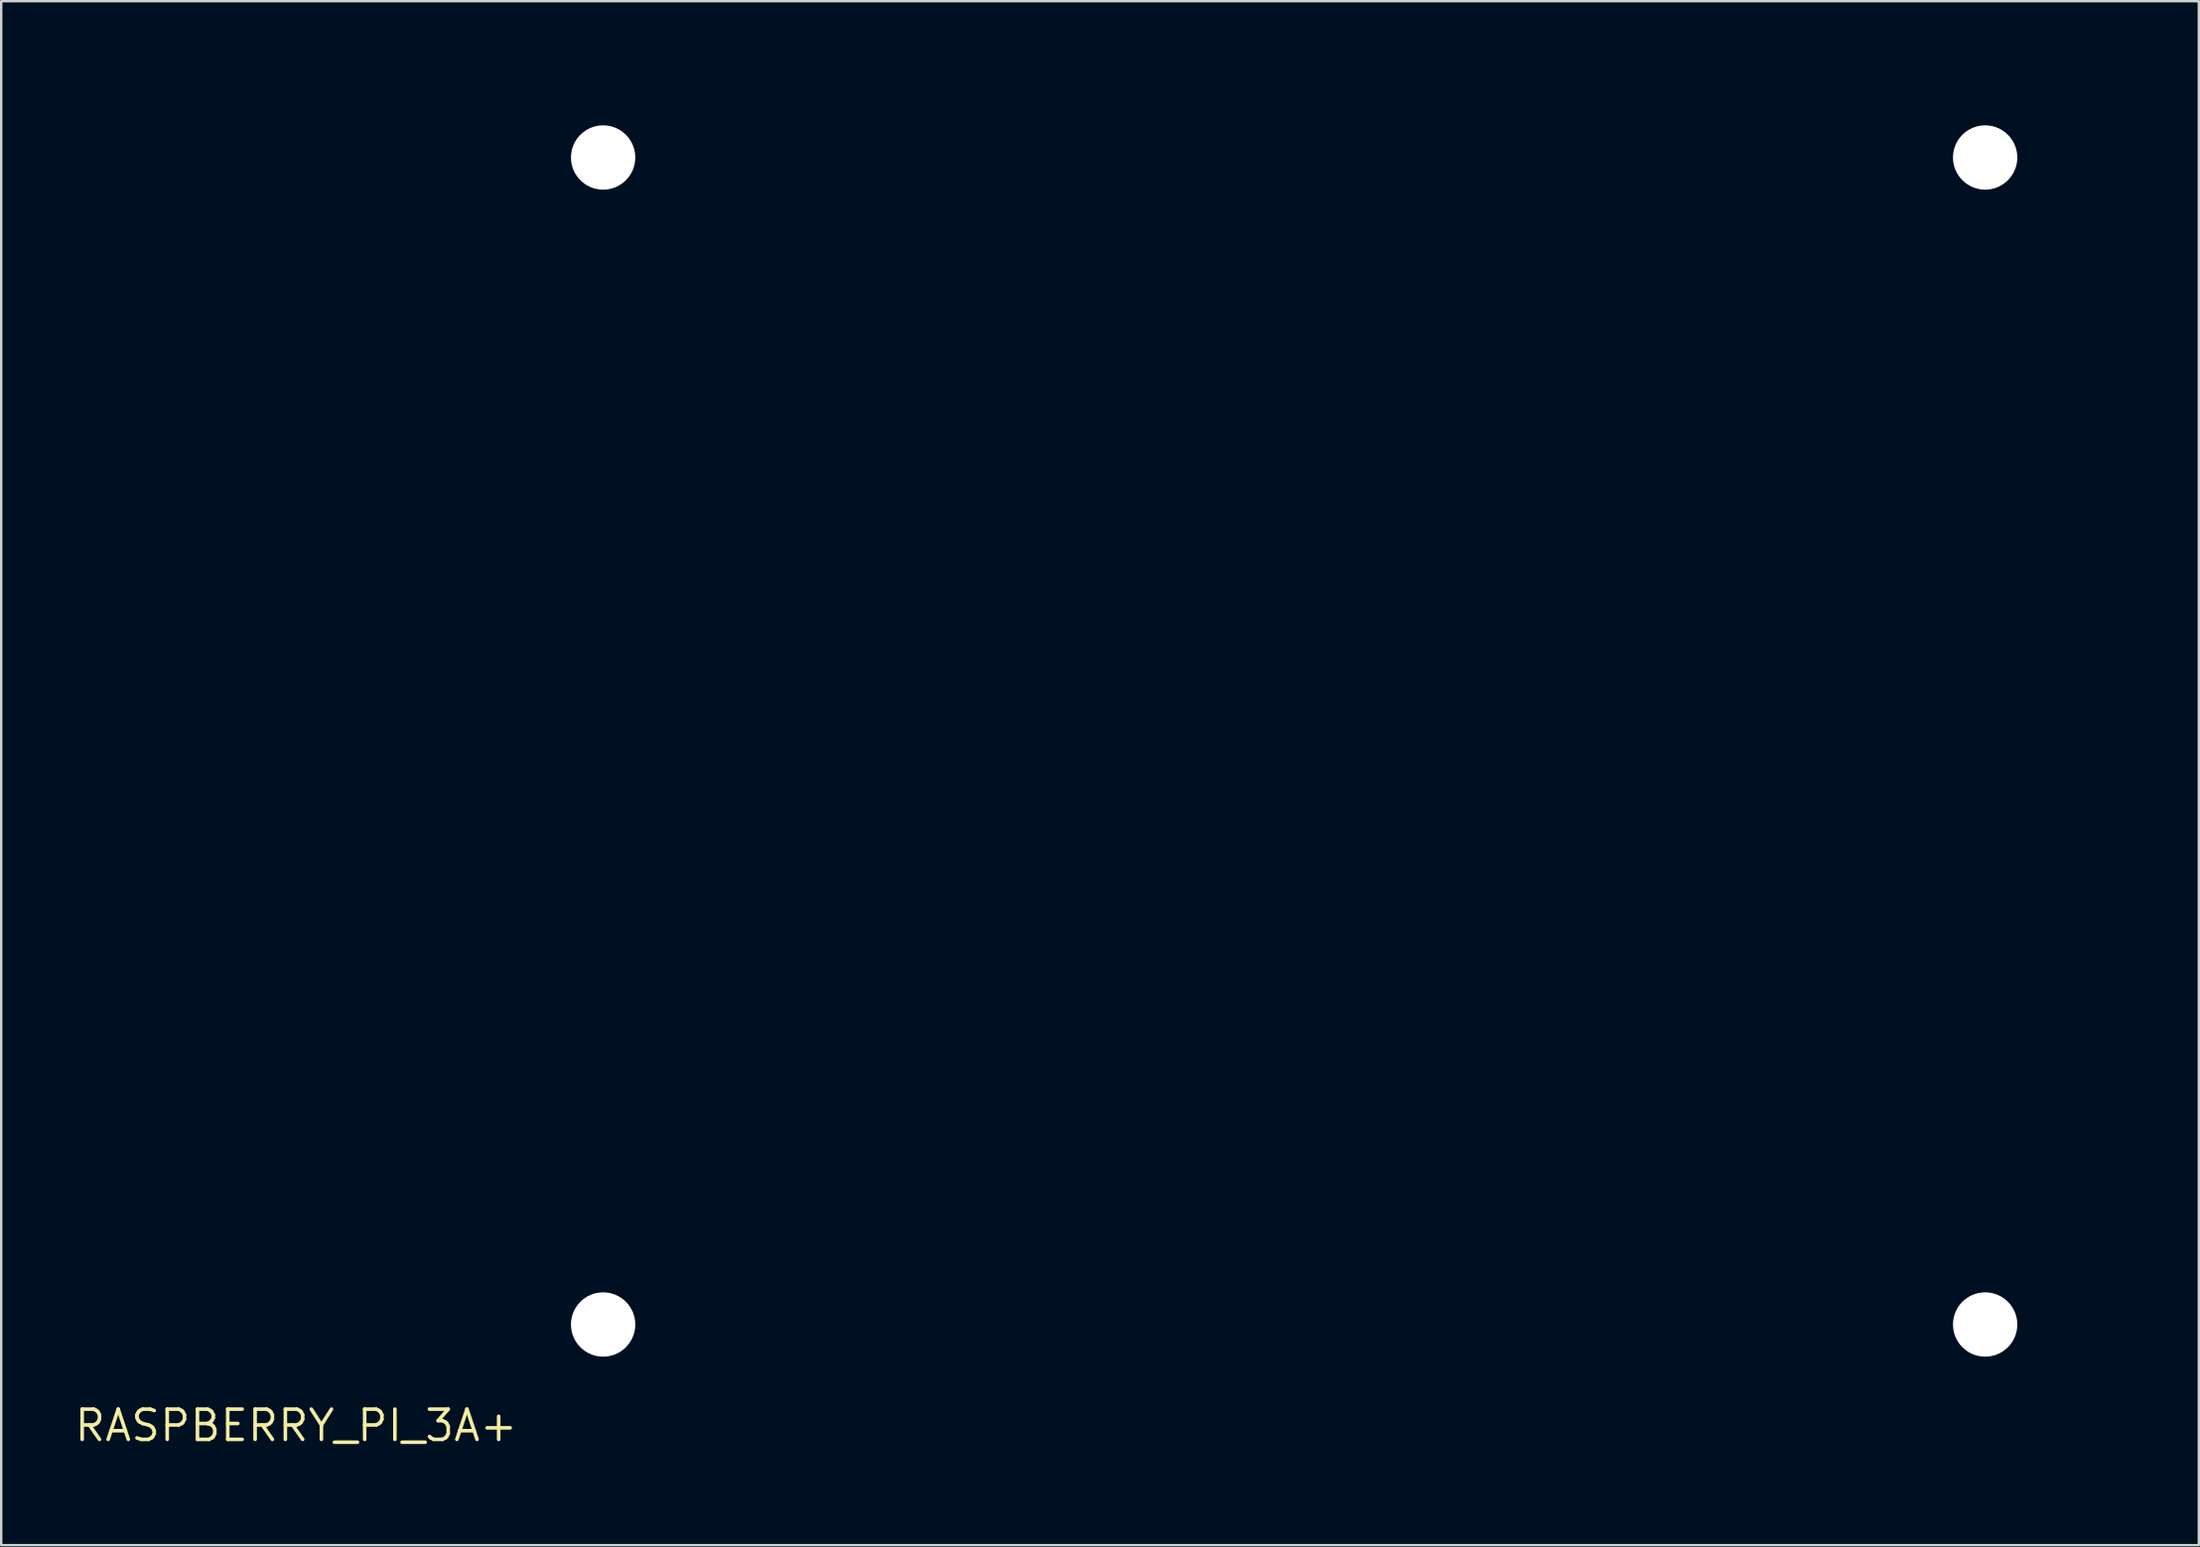
<source format=kicad_pcb>
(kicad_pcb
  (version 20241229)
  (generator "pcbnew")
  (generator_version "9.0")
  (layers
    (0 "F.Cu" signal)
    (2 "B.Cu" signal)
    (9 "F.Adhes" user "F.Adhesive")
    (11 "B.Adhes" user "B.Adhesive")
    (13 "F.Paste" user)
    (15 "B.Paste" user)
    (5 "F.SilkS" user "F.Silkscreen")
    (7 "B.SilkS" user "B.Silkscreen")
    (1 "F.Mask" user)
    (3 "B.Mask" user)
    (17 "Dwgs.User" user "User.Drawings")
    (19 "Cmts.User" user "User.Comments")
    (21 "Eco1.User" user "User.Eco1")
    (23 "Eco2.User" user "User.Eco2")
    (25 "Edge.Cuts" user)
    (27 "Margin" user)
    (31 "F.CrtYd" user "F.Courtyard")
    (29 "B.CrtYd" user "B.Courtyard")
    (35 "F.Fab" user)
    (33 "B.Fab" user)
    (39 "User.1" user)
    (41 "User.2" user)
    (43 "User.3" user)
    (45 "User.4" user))
  (footprint "RASPBERRY_PI_3A+"
    (layer "F.Cu")
    (at 18.762 56.063)
    (property "Reference" "RASPBERRY_PI_3A+" (at 0 0 0) (layer "F.SilkS") (effects (font (size 1.27 1.27) (thickness 0.15)) (justify right top)))
    (attr through_hole)
    (fp_line (start 0 -3) (end 0 -53) (stroke (width 0.127) (type solid)) (layer "Eco1.User"))
    (fp_line (start 0.4 -11.9) (end 0.6 -11.9) (stroke (width 0.127) (type solid)) (layer "Eco1.User"))
    (fp_line (start 0.4 -11.1) (end 0.4 -11.9) (stroke (width 0.127) (type solid)) (layer "Eco1.User"))
    (fp_line (start 0.4 -8.2) (end 0.6 -8.2) (stroke (width 0.127) (type solid)) (layer "Eco1.User"))
    (fp_line (start 0.4 -7.4) (end 0.4 -8.2) (stroke (width 0.127) (type solid)) (layer "Eco1.User"))
    (fp_line (start 0.6 -12.3) (end 1.5 -12.3) (stroke (width 0.127) (type solid)) (layer "Eco1.User"))
    (fp_line (start 0.6 -11.9) (end 0.6 -12.3) (stroke (width 0.127) (type solid)) (layer "Eco1.User"))
    (fp_line (start 0.6 -11.1) (end 0.4 -11.1) (stroke (width 0.127) (type solid)) (layer "Eco1.User"))
    (fp_line (start 0.6 -11.1) (end 0.6 -11.9) (stroke (width 0.127) (type solid)) (layer "Eco1.User"))
    (fp_line (start 0.6 -10.6) (end 0.6 -11.1) (stroke (width 0.127) (type solid)) (layer "Eco1.User"))
    (fp_line (start 0.6 -8.6) (end 1.5 -8.6) (stroke (width 0.127) (type solid)) (layer "Eco1.User"))
    (fp_line (start 0.6 -8.2) (end 0.6 -8.6) (stroke (width 0.127) (type solid)) (layer "Eco1.User"))
    (fp_line (start 0.6 -7.4) (end 0.4 -7.4) (stroke (width 0.127) (type solid)) (layer "Eco1.User"))
    (fp_line (start 0.6 -7.4) (end 0.6 -8.2) (stroke (width 0.127) (type solid)) (layer "Eco1.User"))
    (fp_line (start 0.6 -6.9) (end 0.6 -7.4) (stroke (width 0.127) (type solid)) (layer "Eco1.User"))
    (fp_line (start 1.3 -34.6) (end 2.6 -35.9) (stroke (width 0.127) (type solid)) (layer "Eco1.User"))
    (fp_line (start 1.3 -21.5) (end 1.3 -34.6) (stroke (width 0.127) (type solid)) (layer "Eco1.User"))
    (fp_line (start 1.5 -12.3) (end 1.5 -10.6) (stroke (width 0.127) (type solid)) (layer "Eco1.User"))
    (fp_line (start 1.5 -10.6) (end 0.6 -10.6) (stroke (width 0.127) (type solid)) (layer "Eco1.User"))
    (fp_line (start 1.5 -8.6) (end 1.5 -6.9) (stroke (width 0.127) (type solid)) (layer "Eco1.User"))
    (fp_line (start 1.5 -6.9) (end 0.6 -6.9) (stroke (width 0.127) (type solid)) (layer "Eco1.User"))
    (fp_line (start 2.6 -39.2) (end 5.6 -39.2) (stroke (width 0.127) (type solid)) (layer "Eco1.User"))
    (fp_line (start 2.6 -35.9) (end 2.6 -39.1) (stroke (width 0.127) (type solid)) (layer "Eco1.User"))
    (fp_line (start 2.7 -20.1) (end 1.3 -21.5) (stroke (width 0.127) (type solid)) (layer "Eco1.User"))
    (fp_line (start 2.7 -17) (end 2.7 -20.1) (stroke (width 0.127) (type solid)) (layer "Eco1.User"))
    (fp_line (start 3 -56) (end 62 -56) (stroke (width 0.127) (type solid)) (layer "Eco1.User"))
    (fp_line (start 3.048 0) (end 6.858 0) (stroke (width 0.127) (type solid)) (layer "Eco1.User"))
    (fp_line (start 4.4 -36) (end 5.6 -36) (stroke (width 0.127) (type solid)) (layer "Eco1.User"))
    (fp_line (start 4.4 -19.8) (end 4.4 -36) (stroke (width 0.127) (type solid)) (layer "Eco1.User"))
    (fp_line (start 5.6 -39.2) (end 5.6 -36) (stroke (width 0.127) (type solid)) (layer "Eco1.User"))
    (fp_line (start 5.6 -36) (end 5.6 -19.8) (stroke (width 0.127) (type solid)) (layer "Eco1.User"))
    (fp_line (start 5.6 -19.8) (end 4.4 -19.8) (stroke (width 0.127) (type solid)) (layer "Eco1.User"))
    (fp_line (start 5.6 -19.8) (end 5.6 -17) (stroke (width 0.127) (type solid)) (layer "Eco1.User"))
    (fp_line (start 5.6 -17) (end 2.7 -17) (stroke (width 0.127) (type solid)) (layer "Eco1.User"))
    (fp_line (start 6.5 -49.4) (end 17 -49.4) (stroke (width 0.127) (type solid)) (layer "Eco1.User"))
    (fp_line (start 6.5 -36.2) (end 6.5 -49.4) (stroke (width 0.127) (type solid)) (layer "Eco1.User"))
    (fp_line (start 6.541 1.076) (end 6.941 0.576) (stroke (width 0.127) (type solid)) (layer "Eco1.User"))
    (fp_line (start 6.741 1.276) (end 6.541 1.076) (stroke (width 0.127) (type solid)) (layer "Eco1.User"))
    (fp_line (start 6.841 -4.432) (end 7.241 -4.432) (stroke (width 0.127) (type solid)) (layer "Eco1.User"))
    (fp_line (start 6.841 0.576) (end 6.841 -4.432) (stroke (width 0.127) (type solid)) (layer "Eco1.User"))
    (fp_line (start 6.941 0.576) (end 6.841 0.576) (stroke (width 0.127) (type solid)) (layer "Eco1.User"))
    (fp_line (start 7 -55.1) (end 57.9 -55.1) (stroke (width 0.127) (type solid)) (layer "Eco1.User"))
    (fp_line (start 7 -50.2) (end 7 -55.1) (stroke (width 0.127) (type solid)) (layer "Eco1.User"))
    (fp_line (start 7.241 -4.832) (end 7.341 -4.832) (stroke (width 0.127) (type solid)) (layer "Eco1.User"))
    (fp_line (start 7.241 -4.432) (end 7.241 -4.732) (stroke (width 0.127) (type solid)) (layer "Eco1.User"))
    (fp_line (start 7.241 0.576) (end 6.741 1.276) (stroke (width 0.127) (type solid)) (layer "Eco1.User"))
    (fp_line (start 7.241 0.576) (end 6.941 0.576) (stroke (width 0.127) (type solid)) (layer "Eco1.User"))
    (fp_line (start 7.241 0.576) (end 7.241 -4.432) (stroke (width 0.127) (type solid)) (layer "Eco1.User"))
    (fp_line (start 7.241 0.876) (end 7.241 0.576) (stroke (width 0.127) (type solid)) (layer "Eco1.User"))
    (fp_line (start 7.241 1.076) (end 7.241 0.876) (stroke (width 0.127) (type solid)) (layer "Eco1.User"))
    (fp_line (start 7.341 -4.832) (end 8.141 -4.832) (stroke (width 0.127) (type solid)) (layer "Eco1.User"))
    (fp_line (start 7.741 -0.924) (end 7.741 -0.424) (stroke (width 0.127) (type solid)) (layer "Eco1.User"))
    (fp_line (start 7.841 -1.024) (end 7.841 -1.724) (stroke (width 0.127) (type solid)) (layer "Eco1.User"))
    (fp_line (start 7.841 -0.324) (end 8.441 -0.324) (stroke (width 0.127) (type solid)) (layer "Eco1.User"))
    (fp_line (start 7.841 -0.124) (end 7.841 -0.324) (stroke (width 0.127) (type solid)) (layer "Eco1.User"))
    (fp_line (start 7.841 -0.124) (end 8.441 -0.124) (stroke (width 0.127) (type solid)) (layer "Eco1.User"))
    (fp_line (start 7.841 0.176) (end 7.841 -0.124) (stroke (width 0.127) (type solid)) (layer "Eco1.User"))
    (fp_line (start 7.941 -1.824) (end 8.341 -1.824) (stroke (width 0.127) (type solid)) (layer "Eco1.User"))
    (fp_line (start 8.141 -4.832) (end 8.141 -4.332) (stroke (width 0.127) (type solid)) (layer "Eco1.User"))
    (fp_line (start 8.141 -4.832) (end 8.841 -4.832) (stroke (width 0.127) (type solid)) (layer "Eco1.User"))
    (fp_line (start 8.341 -4.132) (end 8.641 -4.132) (stroke (width 0.127) (type solid)) (layer "Eco1.User"))
    (fp_line (start 8.441 -1.724) (end 8.441 -1.024) (stroke (width 0.127) (type solid)) (layer "Eco1.User"))
    (fp_line (start 8.441 -0.324) (end 8.441 -0.124) (stroke (width 0.127) (type solid)) (layer "Eco1.User"))
    (fp_line (start 8.441 -0.124) (end 8.441 0.176) (stroke (width 0.127) (type solid)) (layer "Eco1.User"))
    (fp_line (start 8.441 0.176) (end 7.841 0.176) (stroke (width 0.127) (type solid)) (layer "Eco1.User"))
    (fp_line (start 8.541 -0.924) (end 8.541 -0.424) (stroke (width 0.127) (type solid)) (layer "Eco1.User"))
    (fp_line (start 8.841 -4.832) (end 12.241 -4.832) (stroke (width 0.127) (type solid)) (layer "Eco1.User"))
    (fp_line (start 8.841 -4.332) (end 8.841 -4.832) (stroke (width 0.127) (type solid)) (layer "Eco1.User"))
    (fp_line (start 12.241 -4.832) (end 12.241 -4.332) (stroke (width 0.127) (type solid)) (layer "Eco1.User"))
    (fp_line (start 12.241 -4.832) (end 12.841 -4.832) (stroke (width 0.127) (type solid)) (layer "Eco1.User"))
    (fp_line (start 12.441 -4.132) (end 12.741 -4.132) (stroke (width 0.127) (type solid)) (layer "Eco1.User"))
    (fp_line (start 12.541 -0.924) (end 12.541 -0.424) (stroke (width 0.127) (type solid)) (layer "Eco1.User"))
    (fp_line (start 12.641 -1.024) (end 12.641 -1.724) (stroke (width 0.127) (type solid)) (layer "Eco1.User"))
    (fp_line (start 12.641 -0.324) (end 13.241 -0.324) (stroke (width 0.127) (type solid)) (layer "Eco1.User"))
    (fp_line (start 12.641 -0.124) (end 12.641 -0.324) (stroke (width 0.127) (type solid)) (layer "Eco1.User"))
    (fp_line (start 12.641 -0.124) (end 13.241 -0.124) (stroke (width 0.127) (type solid)) (layer "Eco1.User"))
    (fp_line (start 12.641 0.176) (end 12.641 -0.124) (stroke (width 0.127) (type solid)) (layer "Eco1.User"))
    (fp_line (start 12.741 -1.824) (end 13.141 -1.824) (stroke (width 0.127) (type solid)) (layer "Eco1.User"))
    (fp_line (start 12.841 -4.832) (end 13.841 -4.832) (stroke (width 0.127) (type solid)) (layer "Eco1.User"))
    (fp_line (start 12.941 -4.332) (end 12.941 -4.732) (stroke (width 0.127) (type solid)) (layer "Eco1.User"))
    (fp_line (start 13.241 -1.724) (end 13.241 -1.024) (stroke (width 0.127) (type solid)) (layer "Eco1.User"))
    (fp_line (start 13.241 -0.324) (end 13.241 -0.124) (stroke (width 0.127) (type solid)) (layer "Eco1.User"))
    (fp_line (start 13.241 -0.124) (end 13.241 0.176) (stroke (width 0.127) (type solid)) (layer "Eco1.User"))
    (fp_line (start 13.241 0.176) (end 12.641 0.176) (stroke (width 0.127) (type solid)) (layer "Eco1.User"))
    (fp_line (start 13.341 -0.924) (end 13.341 -0.424) (stroke (width 0.127) (type solid)) (layer "Eco1.User"))
    (fp_line (start 13.641 1.276) (end 7.441 1.276) (stroke (width 0.127) (type solid)) (layer "Eco1.User"))
    (fp_line (start 13.741 1.076) (end 7.441 1.076) (stroke (width 0.127) (type solid)) (layer "Eco1.User"))
    (fp_line (start 13.841 -4.832) (end 13.841 -4.432) (stroke (width 0.127) (type solid)) (layer "Eco1.User"))
    (fp_line (start 13.841 -4.432) (end 13.841 0.576) (stroke (width 0.127) (type solid)) (layer "Eco1.User"))
    (fp_line (start 13.841 0.576) (end 7.241 0.576) (stroke (width 0.127) (type solid)) (layer "Eco1.User"))
    (fp_line (start 13.841 0.576) (end 13.841 0.976) (stroke (width 0.127) (type solid)) (layer "Eco1.User"))
    (fp_line (start 13.841 0.576) (end 14.341 1.276) (stroke (width 0.127) (type solid)) (layer "Eco1.User"))
    (fp_line (start 13.841 0.976) (end 13.841 1.076) (stroke (width 0.127) (type solid)) (layer "Eco1.User"))
    (fp_line (start 14.141 0.576) (end 13.841 0.576) (stroke (width 0.127) (type solid)) (layer "Eco1.User"))
    (fp_line (start 14.241 -4.432) (end 13.841 -4.432) (stroke (width 0.127) (type solid)) (layer "Eco1.User"))
    (fp_line (start 14.241 -4.432) (end 14.241 0.576) (stroke (width 0.127) (type solid)) (layer "Eco1.User"))
    (fp_line (start 14.241 0.576) (end 14.141 0.576) (stroke (width 0.127) (type solid)) (layer "Eco1.User"))
    (fp_line (start 14.341 1.276) (end 14.541 1.076) (stroke (width 0.127) (type solid)) (layer "Eco1.User"))
    (fp_line (start 14.351 0) (end 24.765 0) (stroke (width 0.127) (type solid)) (layer "Eco1.User"))
    (fp_line (start 14.541 1.076) (end 14.141 0.576) (stroke (width 0.127) (type solid)) (layer "Eco1.User"))
    (fp_line (start 17 -49.4) (end 17 -36.2) (stroke (width 0.127) (type solid)) (layer "Eco1.User"))
    (fp_line (start 17 -36.2) (end 6.5 -36.2) (stroke (width 0.127) (type solid)) (layer "Eco1.User"))
    (fp_line (start 19.9 -38.5) (end 34.1 -38.5) (stroke (width 0.127) (type solid)) (layer "Eco1.User"))
    (fp_line (start 19.9 -24.6) (end 19.9 -38.5) (stroke (width 0.127) (type solid)) (layer "Eco1.User"))
    (fp_line (start 21.082 -26.543) (end 21.082 -36.322) (stroke (width 0.127) (type solid)) (layer "Eco1.User"))
    (fp_line (start 22.225 -37.338) (end 32.385 -37.338) (stroke (width 0.127) (type solid)) (layer "Eco1.User"))
    (fp_line (start 24.8 -10.16) (end 25.908 -10.16) (stroke (width 0.127) (type solid)) (layer "Eco1.User"))
    (fp_line (start 24.8 -9.652) (end 25.908 -9.652) (stroke (width 0.127) (type solid)) (layer "Eco1.User"))
    (fp_line (start 24.8 -9.144) (end 25.908 -9.144) (stroke (width 0.127) (type solid)) (layer "Eco1.User"))
    (fp_line (start 24.8 -7.874) (end 25.908 -7.874) (stroke (width 0.127) (type solid)) (layer "Eco1.User"))
    (fp_line (start 24.8 1.6) (end 24.8 -10.16) (stroke (width 0.127) (type solid)) (layer "Eco1.User"))
    (fp_line (start 25.908 -10.16) (end 25.908 -9.652) (stroke (width 0.127) (type solid)) (layer "Eco1.User"))
    (fp_line (start 25.908 -9.652) (end 25.908 -9.144) (stroke (width 0.127) (type solid)) (layer "Eco1.User"))
    (fp_line (start 25.908 -9.144) (end 26.035 -9.144) (stroke (width 0.127) (type solid)) (layer "Eco1.User"))
    (fp_line (start 26.007 -0.172) (end 26.234 -2.802) (stroke (width 0.127) (type solid)) (layer "Eco1.User"))
    (fp_line (start 26.035 -9.144) (end 26.035 -7.899) (stroke (width 0.127) (type solid)) (layer "Eco1.User"))
    (fp_line (start 26.234 -2.802) (end 26.386 -4.534) (stroke (width 0.127) (type solid)) (layer "Eco1.User"))
    (fp_line (start 26.577 -3.256) (end 26.304 0.053) (stroke (width 0.127) (type solid)) (layer "Eco1.User"))
    (fp_line (start 26.577 -3.256) (end 26.602 -3.538) (stroke (width 0.127) (type solid)) (layer "Eco1.User"))
    (fp_line (start 26.602 -3.538) (end 26.678 -3.711) (stroke (width 0.127) (type solid)) (layer "Eco1.User"))
    (fp_line (start 26.653 -3.236) (end 26.577 -3.256) (stroke (width 0.127) (type solid)) (layer "Eco1.User"))
    (fp_line (start 26.68 -4.804) (end 27.974 -4.829) (stroke (width 0.127) (type solid)) (layer "Eco1.User"))
    (fp_line (start 26.797 -8.763) (end 27.813 -8.763) (stroke (width 0.127) (type solid)) (layer "Eco1.User"))
    (fp_line (start 27.305 -8.788) (end 27.305 -10.541) (stroke (width 0.254) (type solid)) (layer "Eco1.User"))
    (fp_line (start 27.353 -4.336) (end 27.353 -4.39) (stroke (width 0.127) (type solid)) (layer "Eco1.User"))
    (fp_line (start 27.559 -7.747) (end 27.559 -7.29) (stroke (width 0.127) (type solid)) (layer "Eco1.User"))
    (fp_line (start 27.813 -8.763) (end 27.813 -10.541) (stroke (width 0.254) (type solid)) (layer "Eco1.User"))
    (fp_line (start 27.813 -8.763) (end 28.321 -8.763) (stroke (width 0.127) (type solid)) (layer "Eco1.User"))
    (fp_line (start 27.94 -6.985) (end 28.702 -6.985) (stroke (width 0.127) (type solid)) (layer "Eco1.User"))
    (fp_line (start 28.153 -3.636) (end 28.153 -3.59) (stroke (width 0.127) (type solid)) (layer "Eco1.User"))
    (fp_line (start 28.153 -3.59) (end 28.153 -3.256) (stroke (width 0.127) (type solid)) (layer "Eco1.User"))
    (fp_line (start 28.153 -3.256) (end 28.153 -3.236) (stroke (width 0.127) (type solid)) (layer "Eco1.User"))
    (fp_line (start 28.153 -3.256) (end 28.399 0.028) (stroke (width 0.127) (type solid)) (layer "Eco1.User"))
    (fp_line (start 28.153 -3.236) (end 26.653 -3.236) (stroke (width 0.127) (type solid)) (layer "Eco1.User"))
    (fp_line (start 28.153 -2.936) (end 26.653 -2.936) (stroke (width 0.127) (type solid)) (layer "Eco1.User"))
    (fp_line (start 28.253 -2.036) (end 26.553 -2.036) (stroke (width 0.127) (type solid)) (layer "Eco1.User"))
    (fp_line (start 28.253 -1.736) (end 26.553 -1.736) (stroke (width 0.127) (type solid)) (layer "Eco1.User"))
    (fp_line (start 28.321 -8.763) (end 28.321 -10.541) (stroke (width 0.254) (type solid)) (layer "Eco1.User"))
    (fp_line (start 28.321 -8.763) (end 28.829 -8.763) (stroke (width 0.127) (type solid)) (layer "Eco1.User"))
    (fp_line (start 28.445 -2.956) (end 28.294 -4.481) (stroke (width 0.127) (type solid)) (layer "Eco1.User"))
    (fp_line (start 28.67 -0.045) (end 28.445 -2.956) (stroke (width 0.127) (type solid)) (layer "Eco1.User"))
    (fp_line (start 28.702 -8.128) (end 27.94 -8.128) (stroke (width 0.127) (type solid)) (layer "Eco1.User"))
    (fp_line (start 28.829 -8.763) (end 28.829 -10.541) (stroke (width 0.254) (type solid)) (layer "Eco1.User"))
    (fp_line (start 28.829 -8.763) (end 29.337 -8.763) (stroke (width 0.127) (type solid)) (layer "Eco1.User"))
    (fp_line (start 29.083 -7.366) (end 29.083 -7.747) (stroke (width 0.127) (type solid)) (layer "Eco1.User"))
    (fp_line (start 29.337 -8.763) (end 29.337 -10.541) (stroke (width 0.254) (type solid)) (layer "Eco1.User"))
    (fp_line (start 29.337 -8.763) (end 29.845 -8.763) (stroke (width 0.127) (type solid)) (layer "Eco1.User"))
    (fp_line (start 29.845 -8.763) (end 29.845 -10.541) (stroke (width 0.254) (type solid)) (layer "Eco1.User"))
    (fp_line (start 29.845 -8.763) (end 30.353 -8.763) (stroke (width 0.127) (type solid)) (layer "Eco1.User"))
    (fp_line (start 30.353 -8.763) (end 30.353 -10.541) (stroke (width 0.254) (type solid)) (layer "Eco1.User"))
    (fp_line (start 30.353 -8.763) (end 30.861 -8.763) (stroke (width 0.127) (type solid)) (layer "Eco1.User"))
    (fp_line (start 30.861 -8.763) (end 30.861 -10.541) (stroke (width 0.254) (type solid)) (layer "Eco1.User"))
    (fp_line (start 30.861 -8.763) (end 31.369 -8.763) (stroke (width 0.127) (type solid)) (layer "Eco1.User"))
    (fp_line (start 31.369 -8.763) (end 31.369 -10.541) (stroke (width 0.254) (type solid)) (layer "Eco1.User"))
    (fp_line (start 31.369 -8.763) (end 31.877 -8.763) (stroke (width 0.127) (type solid)) (layer "Eco1.User"))
    (fp_line (start 31.877 -8.763) (end 31.877 -10.541) (stroke (width 0.254) (type solid)) (layer "Eco1.User"))
    (fp_line (start 31.877 -8.763) (end 32.385 -8.763) (stroke (width 0.127) (type solid)) (layer "Eco1.User"))
    (fp_line (start 32.258 -25.654) (end 21.971 -25.654) (stroke (width 0.127) (type solid)) (layer "Eco1.User"))
    (fp_line (start 32.385 -8.763) (end 32.385 -10.541) (stroke (width 0.254) (type solid)) (layer "Eco1.User"))
    (fp_line (start 32.385 -8.763) (end 32.893 -8.763) (stroke (width 0.127) (type solid)) (layer "Eco1.User"))
    (fp_line (start 32.893 -8.763) (end 32.893 -10.541) (stroke (width 0.254) (type solid)) (layer "Eco1.User"))
    (fp_line (start 32.893 -8.763) (end 33.401 -8.763) (stroke (width 0.127) (type solid)) (layer "Eco1.User"))
    (fp_line (start 33.02 -36.703) (end 33.02 -26.416) (stroke (width 0.127) (type solid)) (layer "Eco1.User"))
    (fp_line (start 33.401 -8.763) (end 33.401 -10.541) (stroke (width 0.254) (type solid)) (layer "Eco1.User"))
    (fp_line (start 33.401 -8.763) (end 33.909 -8.763) (stroke (width 0.127) (type solid)) (layer "Eco1.User"))
    (fp_line (start 33.909 -8.763) (end 33.909 -10.541) (stroke (width 0.254) (type solid)) (layer "Eco1.User"))
    (fp_line (start 33.909 -8.763) (end 34.417 -8.763) (stroke (width 0.127) (type solid)) (layer "Eco1.User"))
    (fp_line (start 34.1 -38.5) (end 34.1 -24.6) (stroke (width 0.127) (type solid)) (layer "Eco1.User"))
    (fp_line (start 34.1 -24.6) (end 19.9 -24.6) (stroke (width 0.127) (type solid)) (layer "Eco1.User"))
    (fp_line (start 34.417 -8.763) (end 34.417 -10.541) (stroke (width 0.254) (type solid)) (layer "Eco1.User"))
    (fp_line (start 34.417 -8.763) (end 34.925 -8.763) (stroke (width 0.127) (type solid)) (layer "Eco1.User"))
    (fp_line (start 34.671 -7.747) (end 34.671 -7.366) (stroke (width 0.127) (type solid)) (layer "Eco1.User"))
    (fp_line (start 34.925 -8.763) (end 34.925 -10.541) (stroke (width 0.254) (type solid)) (layer "Eco1.User"))
    (fp_line (start 34.925 -8.763) (end 35.433 -8.763) (stroke (width 0.127) (type solid)) (layer "Eco1.User"))
    (fp_line (start 35.077 -6.985) (end 35.814 -6.985) (stroke (width 0.127) (type solid)) (layer "Eco1.User"))
    (fp_line (start 35.151 -0.172) (end 35.378 -2.802) (stroke (width 0.127) (type solid)) (layer "Eco1.User"))
    (fp_line (start 35.378 -2.802) (end 35.53 -4.534) (stroke (width 0.127) (type solid)) (layer "Eco1.User"))
    (fp_line (start 35.433 -8.763) (end 35.433 -10.541) (stroke (width 0.254) (type solid)) (layer "Eco1.User"))
    (fp_line (start 35.433 -8.763) (end 35.941 -8.763) (stroke (width 0.127) (type solid)) (layer "Eco1.User"))
    (fp_line (start 35.721 -3.256) (end 35.448 0.053) (stroke (width 0.127) (type solid)) (layer "Eco1.User"))
    (fp_line (start 35.721 -3.256) (end 35.746 -3.538) (stroke (width 0.127) (type solid)) (layer "Eco1.User"))
    (fp_line (start 35.746 -3.538) (end 35.822 -3.711) (stroke (width 0.127) (type solid)) (layer "Eco1.User"))
    (fp_line (start 35.797 -3.236) (end 35.721 -3.256) (stroke (width 0.127) (type solid)) (layer "Eco1.User"))
    (fp_line (start 35.814 -8.128) (end 35.052 -8.128) (stroke (width 0.127) (type solid)) (layer "Eco1.User"))
    (fp_line (start 35.824 -4.804) (end 37.118 -4.829) (stroke (width 0.127) (type solid)) (layer "Eco1.User"))
    (fp_line (start 35.941 -8.763) (end 35.941 -10.541) (stroke (width 0.254) (type solid)) (layer "Eco1.User"))
    (fp_line (start 35.941 -8.763) (end 36.449 -8.763) (stroke (width 0.127) (type solid)) (layer "Eco1.User"))
    (fp_line (start 36.195 -7.366) (end 36.195 -7.747) (stroke (width 0.127) (type solid)) (layer "Eco1.User"))
    (fp_line (start 36.449 -8.763) (end 36.449 -10.541) (stroke (width 0.254) (type solid)) (layer "Eco1.User"))
    (fp_line (start 36.449 -8.763) (end 37.084 -8.763) (stroke (width 0.127) (type solid)) (layer "Eco1.User"))
    (fp_line (start 36.497 -4.336) (end 36.497 -4.39) (stroke (width 0.127) (type solid)) (layer "Eco1.User"))
    (fp_line (start 37.297 -3.636) (end 37.297 -3.59) (stroke (width 0.127) (type solid)) (layer "Eco1.User"))
    (fp_line (start 37.297 -3.59) (end 37.297 -3.256) (stroke (width 0.127) (type solid)) (layer "Eco1.User"))
    (fp_line (start 37.297 -3.256) (end 37.297 -3.236) (stroke (width 0.127) (type solid)) (layer "Eco1.User"))
    (fp_line (start 37.297 -3.256) (end 37.543 0.028) (stroke (width 0.127) (type solid)) (layer "Eco1.User"))
    (fp_line (start 37.297 -3.236) (end 35.797 -3.236) (stroke (width 0.127) (type solid)) (layer "Eco1.User"))
    (fp_line (start 37.297 -2.936) (end 35.797 -2.936) (stroke (width 0.127) (type solid)) (layer "Eco1.User"))
    (fp_line (start 37.397 -2.036) (end 35.697 -2.036) (stroke (width 0.127) (type solid)) (layer "Eco1.User"))
    (fp_line (start 37.397 -1.736) (end 35.697 -1.736) (stroke (width 0.127) (type solid)) (layer "Eco1.User"))
    (fp_line (start 37.589 -2.956) (end 37.438 -4.481) (stroke (width 0.127) (type solid)) (layer "Eco1.User"))
    (fp_line (start 37.814 -0.045) (end 37.589 -2.956) (stroke (width 0.127) (type solid)) (layer "Eco1.User"))
    (fp_line (start 37.973 -7.874) (end 39.3 -7.874) (stroke (width 0.127) (type solid)) (layer "Eco1.User"))
    (fp_line (start 38.075 -9.144) (end 38.075 -7.874) (stroke (width 0.127) (type solid)) (layer "Eco1.User"))
    (fp_line (start 38.202 -10.185) (end 38.202 -9.652) (stroke (width 0.127) (type solid)) (layer "Eco1.User"))
    (fp_line (start 38.202 -9.652) (end 38.202 -9.144) (stroke (width 0.127) (type solid)) (layer "Eco1.User"))
    (fp_line (start 38.202 -9.144) (end 38.075 -9.144) (stroke (width 0.127) (type solid)) (layer "Eco1.User"))
    (fp_line (start 39.3 -10.16) (end 39.3 1.6) (stroke (width 0.127) (type solid)) (layer "Eco1.User"))
    (fp_line (start 39.3 1.6) (end 24.8 1.6) (stroke (width 0.127) (type solid)) (layer "Eco1.User"))
    (fp_line (start 39.31 -10.185) (end 38.202 -10.185) (stroke (width 0.127) (type solid)) (layer "Eco1.User"))
    (fp_line (start 39.31 -9.652) (end 38.202 -9.652) (stroke (width 0.127) (type solid)) (layer "Eco1.User"))
    (fp_line (start 39.31 -9.144) (end 38.202 -9.144) (stroke (width 0.127) (type solid)) (layer "Eco1.User"))
    (fp_line (start 43.4 -22.6) (end 46.3 -22.6) (stroke (width 0.127) (type solid)) (layer "Eco1.User"))
    (fp_line (start 43.4 -19.8) (end 43.4 -22.6) (stroke (width 0.127) (type solid)) (layer "Eco1.User"))
    (fp_line (start 43.4 -19.8) (end 44.6 -19.8) (stroke (width 0.127) (type solid)) (layer "Eco1.User"))
    (fp_line (start 43.4 -3.6) (end 43.4 -19.8) (stroke (width 0.127) (type solid)) (layer "Eco1.User"))
    (fp_line (start 43.4 -0.4) (end 43.4 -3.6) (stroke (width 0.127) (type solid)) (layer "Eco1.User"))
    (fp_line (start 44.6 -19.8) (end 44.6 -3.6) (stroke (width 0.127) (type solid)) (layer "Eco1.User"))
    (fp_line (start 44.6 -3.6) (end 43.4 -3.6) (stroke (width 0.127) (type solid)) (layer "Eco1.User"))
    (fp_line (start 46.3 -22.6) (end 46.3 -19.5) (stroke (width 0.127) (type solid)) (layer "Eco1.User"))
    (fp_line (start 46.3 -19.5) (end 47.7 -18.1) (stroke (width 0.127) (type solid)) (layer "Eco1.User"))
    (fp_line (start 46.4 -3.7) (end 46.4 -0.5) (stroke (width 0.127) (type solid)) (layer "Eco1.User"))
    (fp_line (start 46.4 -0.4) (end 43.4 -0.4) (stroke (width 0.127) (type solid)) (layer "Eco1.User"))
    (fp_line (start 47.7 -18.1) (end 47.7 -5) (stroke (width 0.127) (type solid)) (layer "Eco1.User"))
    (fp_line (start 47.7 -5) (end 46.4 -3.7) (stroke (width 0.127) (type solid)) (layer "Eco1.User"))
    (fp_line (start 50.038 0) (end 39.243 0) (stroke (width 0.127) (type solid)) (layer "Eco1.User"))
    (fp_line (start 50.1 -12.6) (end 57.1 -12.6) (stroke (width 0.127) (type solid)) (layer "Eco1.User"))
    (fp_line (start 50.1 0) (end 50.1 -12.6) (stroke (width 0.127) (type solid)) (layer "Eco1.User"))
    (fp_line (start 50.165 -4.064) (end 50.8 -4.064) (stroke (width 0.127) (type solid)) (layer "Eco1.User"))
    (fp_line (start 50.5 0) (end 50.1 0) (stroke (width 0.127) (type solid)) (layer "Eco1.User"))
    (fp_line (start 50.5 2.7) (end 50.5 0) (stroke (width 0.127) (type solid)) (layer "Eco1.User"))
    (fp_line (start 50.546 -8.128) (end 50.673 -8.255) (stroke (width 0.127) (type solid)) (layer "Eco1.User"))
    (fp_line (start 50.673 -9.881) (end 51.765 -9.881) (stroke (width 0.127) (type solid)) (layer "Eco1.User"))
    (fp_line (start 50.673 -8.255) (end 50.673 -9.881) (stroke (width 0.127) (type solid)) (layer "Eco1.User"))
    (fp_line (start 51.435 -3.937) (end 50.546 -8.128) (stroke (width 0.127) (type solid)) (layer "Eco1.User"))
    (fp_line (start 51.537 -3.785) (end 52.324 -7.62) (stroke (width 0.127) (type solid)) (layer "Eco1.User"))
    (fp_line (start 51.689 -8.128) (end 52.197 -8.128) (stroke (width 0.127) (type solid)) (layer "Eco1.User"))
    (fp_line (start 51.689 -5.08) (end 51.689 -8.128) (stroke (width 0.127) (type solid)) (layer "Eco1.User"))
    (fp_line (start 51.791 -5.08) (end 51.689 -5.08) (stroke (width 0.127) (type solid)) (layer "Eco1.User"))
    (fp_line (start 52.197 -10.033) (end 54.483 -10.033) (stroke (width 0.127) (type solid)) (layer "Eco1.User"))
    (fp_line (start 52.197 -8.128) (end 52.197 -10.033) (stroke (width 0.127) (type solid)) (layer "Eco1.User"))
    (fp_line (start 52.324 -7.62) (end 54.483 -7.62) (stroke (width 0.127) (type solid)) (layer "Eco1.User"))
    (fp_line (start 52.578 -9.525) (end 54.102 -9.525) (stroke (width 0.127) (type solid)) (layer "Eco1.User"))
    (fp_line (start 52.578 -7.645) (end 52.578 -9.525) (stroke (width 0.127) (type solid)) (layer "Eco1.User"))
    (fp_line (start 53.2 -38.2) (end 66.8 -38.2) (stroke (width 0.127) (type solid)) (layer "Eco1.User"))
    (fp_line (start 53.2 -25) (end 53.2 -38.2) (stroke (width 0.127) (type solid)) (layer "Eco1.User"))
    (fp_line (start 53.273 -38.198) (end 66.879 -38.198) (stroke (width 0.127) (type solid)) (layer "Eco1.User"))
    (fp_line (start 53.273 -25.048) (end 53.273 -38.198) (stroke (width 0.127) (type solid)) (layer "Eco1.User"))
    (fp_line (start 54.102 -9.525) (end 54.102 -7.595) (stroke (width 0.127) (type solid)) (layer "Eco1.User"))
    (fp_line (start 54.483 -10.033) (end 54.483 -8.89) (stroke (width 0.127) (type solid)) (layer "Eco1.User"))
    (fp_line (start 54.483 -8.89) (end 55.499 -7.874) (stroke (width 0.127) (type solid)) (layer "Eco1.User"))
    (fp_line (start 54.915 -5.639) (end 56.134 -8.763) (stroke (width 0.127) (type solid)) (layer "Eco1.User"))
    (fp_line (start 55.27 -3.785) (end 54.483 -7.62) (stroke (width 0.127) (type solid)) (layer "Eco1.User"))
    (fp_line (start 55.499 -7.874) (end 55.474 -3.429) (stroke (width 0.127) (type solid)) (layer "Eco1.User"))
    (fp_line (start 55.982 -4.064) (end 57.099 -4.064) (stroke (width 0.127) (type solid)) (layer "Eco1.User"))
    (fp_line (start 56.134 -8.763) (end 56.261 -9.779) (stroke (width 0.127) (type solid)) (layer "Eco1.User"))
    (fp_line (start 56.261 -9.779) (end 55.956 -10.236) (stroke (width 0.127) (type solid)) (layer "Eco1.User"))
    (fp_line (start 56.5 0) (end 50.5 0) (stroke (width 0.127) (type solid)) (layer "Eco1.User"))
    (fp_line (start 56.5 0) (end 56.5 2.7) (stroke (width 0.127) (type solid)) (layer "Eco1.User"))
    (fp_line (start 56.5 2.7) (end 50.5 2.7) (stroke (width 0.127) (type solid)) (layer "Eco1.User"))
    (fp_line (start 57.1 -12.6) (end 57.1 0) (stroke (width 0.127) (type solid)) (layer "Eco1.User"))
    (fp_line (start 57.1 0) (end 56.5 0) (stroke (width 0.127) (type solid)) (layer "Eco1.User"))
    (fp_line (start 57.9 -55.1) (end 57.9 -50.2) (stroke (width 0.127) (type solid)) (layer "Eco1.User"))
    (fp_line (start 57.9 -50.2) (end 7 -50.2) (stroke (width 0.127) (type solid)) (layer "Eco1.User"))
    (fp_line (start 59.1 -46.2) (end 64 -46.2) (stroke (width 0.127) (type solid)) (layer "Eco1.User"))
    (fp_line (start 59.1 -44.2) (end 59.1 -46.2) (stroke (width 0.127) (type solid)) (layer "Eco1.User"))
    (fp_line (start 60.624 -36.223) (end 64.524 -36.123) (stroke (width 0.127) (type solid)) (layer "Eco1.User"))
    (fp_line (start 60.624 -32.823) (end 64.424 -33.023) (stroke (width 0.127) (type solid)) (layer "Eco1.User"))
    (fp_line (start 60.624 -30.223) (end 64.524 -30.123) (stroke (width 0.127) (type solid)) (layer "Eco1.User"))
    (fp_line (start 60.624 -26.823) (end 64.424 -27.023) (stroke (width 0.127) (type solid)) (layer "Eco1.User"))
    (fp_line (start 62 0) (end 57.1 0) (stroke (width 0.127) (type solid)) (layer "Eco1.User"))
    (fp_line (start 63.204 -33.723) (end 63.204 -35.423) (stroke (width 0.127) (type solid)) (layer "Eco1.User"))
    (fp_line (start 63.204 -27.723) (end 63.204 -29.423) (stroke (width 0.127) (type solid)) (layer "Eco1.User"))
    (fp_line (start 63.504 -33.723) (end 63.504 -35.423) (stroke (width 0.127) (type solid)) (layer "Eco1.User"))
    (fp_line (start 63.504 -27.723) (end 63.504 -29.423) (stroke (width 0.127) (type solid)) (layer "Eco1.User"))
    (fp_line (start 64 -46.2) (end 64 -44.3) (stroke (width 0.127) (type solid)) (layer "Eco1.User"))
    (fp_line (start 64 -44.2) (end 59.1 -44.2) (stroke (width 0.127) (type solid)) (layer "Eco1.User"))
    (fp_line (start 64.404 -33.823) (end 64.404 -35.323) (stroke (width 0.127) (type solid)) (layer "Eco1.User"))
    (fp_line (start 64.404 -27.823) (end 64.404 -29.323) (stroke (width 0.127) (type solid)) (layer "Eco1.User"))
    (fp_line (start 64.424 -33.023) (end 65.924 -33.123) (stroke (width 0.127) (type solid)) (layer "Eco1.User"))
    (fp_line (start 64.424 -27.023) (end 65.924 -27.123) (stroke (width 0.127) (type solid)) (layer "Eco1.User"))
    (fp_line (start 64.524 -36.123) (end 65.824 -36.123) (stroke (width 0.127) (type solid)) (layer "Eco1.User"))
    (fp_line (start 64.524 -30.123) (end 65.824 -30.123) (stroke (width 0.127) (type solid)) (layer "Eco1.User"))
    (fp_line (start 64.704 -35.323) (end 64.724 -35.323) (stroke (width 0.127) (type solid)) (layer "Eco1.User"))
    (fp_line (start 64.704 -33.823) (end 64.704 -35.323) (stroke (width 0.127) (type solid)) (layer "Eco1.User"))
    (fp_line (start 64.704 -29.323) (end 64.724 -29.323) (stroke (width 0.127) (type solid)) (layer "Eco1.User"))
    (fp_line (start 64.704 -27.823) (end 64.704 -29.323) (stroke (width 0.127) (type solid)) (layer "Eco1.User"))
    (fp_line (start 64.724 -35.323) (end 60.424 -35.723) (stroke (width 0.127) (type solid)) (layer "Eco1.User"))
    (fp_line (start 64.724 -35.323) (end 64.904 -35.323) (stroke (width 0.127) (type solid)) (layer "Eco1.User"))
    (fp_line (start 64.724 -33.823) (end 60.424 -33.323) (stroke (width 0.127) (type solid)) (layer "Eco1.User"))
    (fp_line (start 64.724 -33.823) (end 64.704 -33.823) (stroke (width 0.127) (type solid)) (layer "Eco1.User"))
    (fp_line (start 64.724 -29.323) (end 60.424 -29.723) (stroke (width 0.127) (type solid)) (layer "Eco1.User"))
    (fp_line (start 64.724 -29.323) (end 64.904 -29.323) (stroke (width 0.127) (type solid)) (layer "Eco1.User"))
    (fp_line (start 64.724 -27.823) (end 60.424 -27.323) (stroke (width 0.127) (type solid)) (layer "Eco1.User"))
    (fp_line (start 64.724 -27.823) (end 64.704 -27.823) (stroke (width 0.127) (type solid)) (layer "Eco1.User"))
    (fp_line (start 64.804 -33.823) (end 64.724 -33.823) (stroke (width 0.127) (type solid)) (layer "Eco1.User"))
    (fp_line (start 64.804 -27.823) (end 64.724 -27.823) (stroke (width 0.127) (type solid)) (layer "Eco1.User"))
    (fp_line (start 64.904 -35.323) (end 65.204 -35.323) (stroke (width 0.127) (type solid)) (layer "Eco1.User"))
    (fp_line (start 64.904 -29.323) (end 65.204 -29.323) (stroke (width 0.127) (type solid)) (layer "Eco1.User"))
    (fp_line (start 65 -53) (end 65 -38.2) (stroke (width 0.127) (type solid)) (layer "Eco1.User"))
    (fp_line (start 65 -3) (end 65 -25.048) (stroke (width 0.127) (type solid)) (layer "Eco1.User"))
    (fp_line (start 65.104 -33.823) (end 64.804 -33.823) (stroke (width 0.127) (type solid)) (layer "Eco1.User"))
    (fp_line (start 65.104 -27.823) (end 64.804 -27.823) (stroke (width 0.127) (type solid)) (layer "Eco1.User"))
    (fp_line (start 65.804 -34.623) (end 65.604 -34.623) (stroke (width 0.127) (type solid)) (layer "Eco1.User"))
    (fp_line (start 65.804 -28.623) (end 65.604 -28.623) (stroke (width 0.127) (type solid)) (layer "Eco1.User"))
    (fp_line (start 66.424 -35.423) (end 66.424 -33.723) (stroke (width 0.127) (type solid)) (layer "Eco1.User"))
    (fp_line (start 66.424 -29.423) (end 66.424 -27.723) (stroke (width 0.127) (type solid)) (layer "Eco1.User"))
    (fp_line (start 66.879 -25.048) (end 53.273 -25.048) (stroke (width 0.127) (type solid)) (layer "Eco1.User"))
    (fp_line (start 66.9 -25) (end 53.2 -25) (stroke (width 0.127) (type solid)) (layer "Eco1.User"))
    (fp_line (start 66.904 -38.198) (end 66.904 -37.723) (stroke (width 0.127) (type solid)) (layer "Eco1.User"))
    (fp_line (start 66.904 -37.723) (end 66.904 -37.123) (stroke (width 0.127) (type solid)) (layer "Eco1.User"))
    (fp_line (start 66.904 -25.523) (end 66.904 -26.123) (stroke (width 0.127) (type solid)) (layer "Eco1.User"))
    (fp_line (start 66.904 -25.048) (end 66.904 -25.523) (stroke (width 0.127) (type solid)) (layer "Eco1.User"))
    (fp_line (start 67.024 -37.023) (end 67.404 -37.023) (stroke (width 0.127) (type solid)) (layer "Eco1.User"))
    (fp_line (start 67.024 -26.223) (end 67.024 -37.023) (stroke (width 0.127) (type solid)) (layer "Eco1.User"))
    (fp_line (start 67.024 -26.223) (end 67.404 -26.223) (stroke (width 0.127) (type solid)) (layer "Eco1.User"))
    (fp_line (start 67.104 -38.773) (end 67.404 -38.773) (stroke (width 0.127) (type solid)) (layer "Eco1.User"))
    (fp_line (start 67.104 -38.423) (end 67.104 -38.773) (stroke (width 0.127) (type solid)) (layer "Eco1.User"))
    (fp_line (start 67.104 -24.823) (end 67.104 -24.473) (stroke (width 0.127) (type solid)) (layer "Eco1.User"))
    (fp_line (start 67.104 -24.473) (end 67.404 -24.473) (stroke (width 0.127) (type solid)) (layer "Eco1.User"))
    (fp_line (start 67.404 -38.773) (end 67.404 -38.223) (stroke (width 0.127) (type solid)) (layer "Eco1.User"))
    (fp_line (start 67.404 -26.223) (end 67.404 -37.023) (stroke (width 0.127) (type solid)) (layer "Eco1.User"))
    (fp_line (start 67.404 -24.473) (end 67.404 -25.023) (stroke (width 0.127) (type solid)) (layer "Eco1.User"))
    (fp_arc (start 0 -53) (mid 0.87868 -55.12132) (end 3 -56) (stroke (width 0.127) (type solid)) (layer "Eco1.User"))
    (fp_arc (start 3 0) (mid 0.87868 -0.87868) (end 0 -3) (stroke (width 0.127) (type solid)) (layer "Eco1.User"))
    (fp_arc (start 6.841 -4.432) (mid 6.958157 -4.714843) (end 7.241 -4.832) (stroke (width 0.127) (type solid)) (layer "Eco1.User"))
    (fp_arc (start 7.241 -4.732) (mid 7.270289 -4.802711) (end 7.341 -4.832) (stroke (width 0.127) (type solid)) (layer "Eco1.User"))
    (fp_arc (start 7.441 1.076) (mid 7.299579 1.017421) (end 7.241 0.876) (stroke (width 0.127) (type solid)) (layer "Eco1.User"))
    (fp_arc (start 7.441 1.276) (mid 7.299579 1.217421) (end 7.241 1.076) (stroke (width 0.127) (type solid)) (layer "Eco1.User"))
    (fp_arc (start 7.741 -0.924) (mid 7.770289 -0.994711) (end 7.841 -1.024) (stroke (width 0.127) (type solid)) (layer "Eco1.User"))
    (fp_arc (start 7.841 -1.724) (mid 7.870289 -1.794711) (end 7.941 -1.824) (stroke (width 0.127) (type solid)) (layer "Eco1.User"))
    (fp_arc (start 7.841 -0.324) (mid 7.770289 -0.353289) (end 7.741 -0.424) (stroke (width 0.127) (type solid)) (layer "Eco1.User"))
    (fp_arc (start 8.341 -4.132) (mid 8.199579 -4.190579) (end 8.141 -4.332) (stroke (width 0.127) (type solid)) (layer "Eco1.User"))
    (fp_arc (start 8.341 -1.824) (mid 8.411711 -1.794711) (end 8.441 -1.724) (stroke (width 0.127) (type solid)) (layer "Eco1.User"))
    (fp_arc (start 8.441 -1.024) (mid 8.511711 -0.994711) (end 8.541 -0.924) (stroke (width 0.127) (type solid)) (layer "Eco1.User"))
    (fp_arc (start 8.541 -0.424) (mid 8.511711 -0.353289) (end 8.441 -0.324) (stroke (width 0.127) (type solid)) (layer "Eco1.User"))
    (fp_arc (start 8.841 -4.332) (mid 8.782421 -4.190579) (end 8.641 -4.132) (stroke (width 0.127) (type solid)) (layer "Eco1.User"))
    (fp_arc (start 12.441 -4.132) (mid 12.299579 -4.190579) (end 12.241 -4.332) (stroke (width 0.127) (type solid)) (layer "Eco1.User"))
    (fp_arc (start 12.541 -0.924) (mid 12.570289 -0.994711) (end 12.641 -1.024) (stroke (width 0.127) (type solid)) (layer "Eco1.User"))
    (fp_arc (start 12.641 -1.724) (mid 12.670289 -1.794711) (end 12.741 -1.824) (stroke (width 0.127) (type solid)) (layer "Eco1.User"))
    (fp_arc (start 12.641 -0.324) (mid 12.570289 -0.353289) (end 12.541 -0.424) (stroke (width 0.127) (type solid)) (layer "Eco1.User"))
    (fp_arc (start 12.841 -4.832) (mid 12.911711 -4.802711) (end 12.941 -4.732) (stroke (width 0.127) (type solid)) (layer "Eco1.User"))
    (fp_arc (start 12.941 -4.332) (mid 12.882421 -4.190579) (end 12.741 -4.132) (stroke (width 0.127) (type solid)) (layer "Eco1.User"))
    (fp_arc (start 13.141 -1.824) (mid 13.211711 -1.794711) (end 13.241 -1.724) (stroke (width 0.127) (type solid)) (layer "Eco1.User"))
    (fp_arc (start 13.241 -1.024) (mid 13.311711 -0.994711) (end 13.341 -0.924) (stroke (width 0.127) (type solid)) (layer "Eco1.User"))
    (fp_arc (start 13.341 -0.424) (mid 13.311711 -0.353289) (end 13.241 -0.324) (stroke (width 0.127) (type solid)) (layer "Eco1.User"))
    (fp_arc (start 13.841 -4.832) (mid 14.123843 -4.714843) (end 14.241 -4.432) (stroke (width 0.127) (type solid)) (layer "Eco1.User"))
    (fp_arc (start 13.841 0.976) (mid 13.811711 1.046711) (end 13.741 1.076) (stroke (width 0.127) (type solid)) (layer "Eco1.User"))
    (fp_arc (start 13.841 1.076) (mid 13.782421 1.217421) (end 13.641 1.276) (stroke (width 0.127) (type solid)) (layer "Eco1.User"))
    (fp_arc (start 21.082 -36.322) (mid 21.37958 -37.04042) (end 22.098 -37.338) (stroke (width 0.127) (type solid)) (layer "Eco1.User"))
    (fp_arc (start 21.971 -25.654) (mid 21.342382 -25.914382) (end 21.082 -26.543) (stroke (width 0.127) (type solid)) (layer "Eco1.User"))
    (fp_arc (start 26.162 -8.128) (mid 26.087605 -7.948395) (end 25.908 -7.874) (stroke (width 0.127) (type solid)) (layer "Eco1.User"))
    (fp_arc (start 26.162 -8.128) (mid 26.347987 -8.577013) (end 26.797 -8.763) (stroke (width 0.127) (type solid)) (layer "Eco1.User"))
    (fp_arc (start 26.3038 0.0534) (mid 26.068922 0.054573) (end 26.006999 -0.171998) (stroke (width 0.127) (type solid)) (layer "Eco1.User"))
    (fp_arc (start 26.3864 -4.5338) (mid 26.477323 -4.729507) (end 26.68 -4.8036) (stroke (width 0.127) (type solid)) (layer "Eco1.User"))
    (fp_arc (start 26.6022 -3.5376) (mid 26.801062 -4.119296) (end 27.353 -4.39) (stroke (width 0.127) (type solid)) (layer "Eco1.User"))
    (fp_arc (start 26.6784 -3.7106) (mid 26.865465 -4.213014) (end 27.353 -4.436) (stroke (width 0.127) (type solid)) (layer "Eco1.User"))
    (fp_arc (start 27.353 -4.436) (mid 27.918685 -4.201685) (end 28.153 -3.636) (stroke (width 0.127) (type solid)) (layer "Eco1.User"))
    (fp_arc (start 27.353 -4.39) (mid 27.918685 -4.155685) (end 28.153 -3.59) (stroke (width 0.127) (type solid)) (layer "Eco1.User"))
    (fp_arc (start 27.559 -7.747) (mid 27.670592 -8.016408) (end 27.94 -8.128) (stroke (width 0.127) (type solid)) (layer "Eco1.User"))
    (fp_arc (start 27.94 -6.985) (mid 27.686374 -7.058492) (end 27.559 -7.2898) (stroke (width 0.127) (type solid)) (layer "Eco1.User"))
    (fp_arc (start 27.9736 -4.829) (mid 28.20589 -4.721598) (end 28.2942 -4.4814) (stroke (width 0.127) (type solid)) (layer "Eco1.User"))
    (fp_arc (start 28.670398 -0.044999) (mid 28.562706 0.095626) (end 28.399 0.028) (stroke (width 0.127) (type solid)) (layer "Eco1.User"))
    (fp_arc (start 28.702 -8.128) (mid 28.971408 -8.016408) (end 29.083 -7.747) (stroke (width 0.127) (type solid)) (layer "Eco1.User"))
    (fp_arc (start 29.083 -7.366) (mid 28.971408 -7.096592) (end 28.702 -6.985) (stroke (width 0.127) (type solid)) (layer "Eco1.User"))
    (fp_arc (start 32.385 -37.338) (mid 32.834013 -37.152013) (end 33.02 -36.703) (stroke (width 0.127) (type solid)) (layer "Eco1.User"))
    (fp_arc (start 33.02 -26.416) (mid 32.796815 -25.877185) (end 32.258 -25.654) (stroke (width 0.127) (type solid)) (layer "Eco1.User"))
    (fp_arc (start 34.671 -7.747) (mid 34.782592 -8.016408) (end 35.052 -8.128) (stroke (width 0.127) (type solid)) (layer "Eco1.User"))
    (fp_arc (start 35.0774 -6.985) (mid 34.795292 -7.091332) (end 34.671 -7.366) (stroke (width 0.127) (type solid)) (layer "Eco1.User"))
    (fp_arc (start 35.4478 0.0534) (mid 35.212922 0.054573) (end 35.150999 -0.171998) (stroke (width 0.127) (type solid)) (layer "Eco1.User"))
    (fp_arc (start 35.5304 -4.5338) (mid 35.621323 -4.729507) (end 35.824 -4.8036) (stroke (width 0.127) (type solid)) (layer "Eco1.User"))
    (fp_arc (start 35.7462 -3.5376) (mid 35.945062 -4.119296) (end 36.497 -4.39) (stroke (width 0.127) (type solid)) (layer "Eco1.User"))
    (fp_arc (start 35.814 -8.128) (mid 36.083408 -8.016408) (end 36.195 -7.747) (stroke (width 0.127) (type solid)) (layer "Eco1.User"))
    (fp_arc (start 35.8224 -3.7106) (mid 36.009465 -4.213014) (end 36.497 -4.436) (stroke (width 0.127) (type solid)) (layer "Eco1.User"))
    (fp_arc (start 36.195 -7.366) (mid 36.083408 -7.096592) (end 35.814 -6.985) (stroke (width 0.127) (type solid)) (layer "Eco1.User"))
    (fp_arc (start 36.497 -4.436) (mid 37.062685 -4.201685) (end 37.297 -3.636) (stroke (width 0.127) (type solid)) (layer "Eco1.User"))
    (fp_arc (start 36.497 -4.39) (mid 37.062685 -4.155685) (end 37.297 -3.59) (stroke (width 0.127) (type solid)) (layer "Eco1.User"))
    (fp_arc (start 37.084 -8.763) (mid 37.353408 -8.651408) (end 37.465 -8.382) (stroke (width 0.127) (type solid)) (layer "Eco1.User"))
    (fp_arc (start 37.1176 -4.829) (mid 37.34989 -4.721598) (end 37.4382 -4.4814) (stroke (width 0.127) (type solid)) (layer "Eco1.User"))
    (fp_arc (start 37.814398 -0.044999) (mid 37.706706 0.095626) (end 37.543 0.028) (stroke (width 0.127) (type solid)) (layer "Eco1.User"))
    (fp_arc (start 37.973 -7.874) (mid 37.61379 -8.02279) (end 37.465 -8.382) (stroke (width 0.127) (type solid)) (layer "Eco1.User"))
    (fp_arc (start 51.308 -3.556) (mid 50.94879 -3.70479) (end 50.8 -4.064) (stroke (width 0.127) (type solid)) (layer "Eco1.User"))
    (fp_arc (start 51.5366 -3.7846) (mid 51.469645 -3.622955) (end 51.308 -3.556) (stroke (width 0.127) (type solid)) (layer "Eco1.User"))
    (fp_arc (start 55.499 -3.556) (mid 55.337355 -3.622955) (end 55.2704 -3.7846) (stroke (width 0.127) (type solid)) (layer "Eco1.User"))
    (fp_arc (start 56.007 -4.064) (mid 55.85821 -3.70479) (end 55.499 -3.556) (stroke (width 0.127) (type solid)) (layer "Eco1.User"))
    (fp_arc (start 60.424 -35.723) (mid 60.332168 -36.049732) (end 60.623999 -36.223) (stroke (width 0.127) (type solid)) (layer "Eco1.User"))
    (fp_arc (start 60.424 -29.723) (mid 60.332168 -30.049732) (end 60.623999 -30.223) (stroke (width 0.127) (type solid)) (layer "Eco1.User"))
    (fp_arc (start 60.623999 -32.822998) (mid 60.332167 -32.996267) (end 60.424 -33.323) (stroke (width 0.127) (type solid)) (layer "Eco1.User"))
    (fp_arc (start 60.623999 -26.822998) (mid 60.332167 -26.996267) (end 60.424 -27.323) (stroke (width 0.127) (type solid)) (layer "Eco1.User"))
    (fp_arc (start 62 -56) (mid 64.12132 -55.12132) (end 65 -53) (stroke (width 0.127) (type solid)) (layer "Eco1.User"))
    (fp_arc (start 64.904 -35.323) (mid 65.398975 -35.117975) (end 65.604 -34.623) (stroke (width 0.127) (type solid)) (layer "Eco1.User"))
    (fp_arc (start 64.904 -29.323) (mid 65.398975 -29.117975) (end 65.604 -28.623) (stroke (width 0.127) (type solid)) (layer "Eco1.User"))
    (fp_arc (start 65 -3) (mid 64.12132 -0.87868) (end 62 0) (stroke (width 0.127) (type solid)) (layer "Eco1.User"))
    (fp_arc (start 65.204 -35.323) (mid 65.698975 -35.117975) (end 65.904 -34.623) (stroke (width 0.127) (type solid)) (layer "Eco1.User"))
    (fp_arc (start 65.204 -29.323) (mid 65.698975 -29.117975) (end 65.904 -28.623) (stroke (width 0.127) (type solid)) (layer "Eco1.User"))
    (fp_arc (start 65.604 -34.623) (mid 65.369685 -34.057315) (end 64.804 -33.823) (stroke (width 0.127) (type solid)) (layer "Eco1.User"))
    (fp_arc (start 65.604 -28.623) (mid 65.369685 -28.057315) (end 64.804 -27.823) (stroke (width 0.127) (type solid)) (layer "Eco1.User"))
    (fp_arc (start 65.824 -36.123) (mid 66.268975 -35.897264) (end 66.424 -35.423) (stroke (width 0.127) (type solid)) (layer "Eco1.User"))
    (fp_arc (start 65.824 -30.123) (mid 66.268975 -29.897264) (end 66.424 -29.423) (stroke (width 0.127) (type solid)) (layer "Eco1.User"))
    (fp_arc (start 65.904 -34.623) (mid 65.669685 -34.057315) (end 65.104 -33.823) (stroke (width 0.127) (type solid)) (layer "Eco1.User"))
    (fp_arc (start 65.904 -28.623) (mid 65.669685 -28.057315) (end 65.104 -27.823) (stroke (width 0.127) (type solid)) (layer "Eco1.User"))
    (fp_arc (start 66.424 -33.723) (mid 66.298264 -33.319447) (end 65.924 -33.123) (stroke (width 0.127) (type solid)) (layer "Eco1.User"))
    (fp_arc (start 66.424 -27.723) (mid 66.298264 -27.319447) (end 65.924 -27.123) (stroke (width 0.127) (type solid)) (layer "Eco1.User"))
    (fp_arc (start 66.904 -26.123) (mid 66.943289 -26.197853) (end 67.024 -26.223) (stroke (width 0.127) (type solid)) (layer "Eco1.User"))
    (fp_arc (start 66.904 -25.523) (mid 67.257553 -25.376553) (end 67.404 -25.023) (stroke (width 0.127) (type solid)) (layer "Eco1.User"))
    (fp_arc (start 66.904 -25.048) (mid 67.050599 -24.976921) (end 67.104 -24.823) (stroke (width 0.127) (type solid)) (layer "Eco1.User"))
    (fp_arc (start 67.024 -37.023) (mid 66.943289 -37.048147) (end 66.904 -37.123) (stroke (width 0.127) (type solid)) (layer "Eco1.User"))
    (fp_arc (start 67.104 -38.423) (mid 67.050599 -38.269079) (end 66.904 -38.198) (stroke (width 0.127) (type solid)) (layer "Eco1.User"))
    (fp_arc (start 67.404 -38.223) (mid 67.257553 -37.869447) (end 66.904 -37.723) (stroke (width 0.127) (type solid)) (layer "Eco1.User"))
    (fp_circle (center 1 -11.5) (end 1.3 -11.5) (stroke (width 0.127) (type solid)) (fill no) (layer "Eco1.User"))
    (fp_circle (center 1 -7.8) (end 1.3 -7.8) (stroke (width 0.127) (type solid)) (fill no) (layer "Eco1.User"))
    (fp_circle (center 3.5 -52.5) (end 6.5 -52.5) (stroke (width 0.127) (type solid)) (fill no) (layer "Eco1.User"))
    (fp_circle (center 3.5 -3.5) (end 6.5 -3.5) (stroke (width 0.127) (type solid)) (fill no) (layer "Eco1.User"))
    (fp_circle (center 8.37 -53.821) (end 8.82 -53.821) (stroke (width 0.1) (type solid)) (fill no) (layer "Eco1.User"))
    (fp_circle (center 8.37 -51.332) (end 8.82 -51.332) (stroke (width 0.1) (type solid)) (fill no) (layer "Eco1.User"))
    (fp_circle (center 10.91 -53.821) (end 11.36 -53.821) (stroke (width 0.1) (type solid)) (fill no) (layer "Eco1.User"))
    (fp_circle (center 10.91 -51.332) (end 11.36 -51.332) (stroke (width 0.1) (type solid)) (fill no) (layer "Eco1.User"))
    (fp_circle (center 13.45 -53.821) (end 13.9 -53.821) (stroke (width 0.1) (type solid)) (fill no) (layer "Eco1.User"))
    (fp_circle (center 13.45 -51.332) (end 13.9 -51.332) (stroke (width 0.1) (type solid)) (fill no) (layer "Eco1.User"))
    (fp_circle (center 15.99 -53.821) (end 16.44 -53.821) (stroke (width 0.1) (type solid)) (fill no) (layer "Eco1.User"))
    (fp_circle (center 15.99 -51.332) (end 16.44 -51.332) (stroke (width 0.1) (type solid)) (fill no) (layer "Eco1.User"))
    (fp_circle (center 18.53 -53.821) (end 18.98 -53.821) (stroke (width 0.1) (type solid)) (fill no) (layer "Eco1.User"))
    (fp_circle (center 18.53 -51.332) (end 18.98 -51.332) (stroke (width 0.1) (type solid)) (fill no) (layer "Eco1.User"))
    (fp_circle (center 20.5 -38) (end 20.724 -38) (stroke (width 0.127) (type solid)) (fill no) (layer "Eco1.User"))
    (fp_circle (center 21.07 -53.821) (end 21.52 -53.821) (stroke (width 0.1) (type solid)) (fill no) (layer "Eco1.User"))
    (fp_circle (center 21.07 -51.332) (end 21.52 -51.332) (stroke (width 0.1) (type solid)) (fill no) (layer "Eco1.User"))
    (fp_circle (center 23.61 -53.821) (end 24.06 -53.821) (stroke (width 0.1) (type solid)) (fill no) (layer "Eco1.User"))
    (fp_circle (center 23.61 -51.332) (end 24.06 -51.332) (stroke (width 0.1) (type solid)) (fill no) (layer "Eco1.User"))
    (fp_circle (center 26.15 -53.821) (end 26.6 -53.821) (stroke (width 0.1) (type solid)) (fill no) (layer "Eco1.User"))
    (fp_circle (center 26.15 -51.332) (end 26.6 -51.332) (stroke (width 0.1) (type solid)) (fill no) (layer "Eco1.User"))
    (fp_circle (center 28.69 -53.821) (end 29.14 -53.821) (stroke (width 0.1) (type solid)) (fill no) (layer "Eco1.User"))
    (fp_circle (center 28.69 -51.332) (end 29.14 -51.332) (stroke (width 0.1) (type solid)) (fill no) (layer "Eco1.User"))
    (fp_circle (center 31.23 -53.821) (end 31.68 -53.821) (stroke (width 0.1) (type solid)) (fill no) (layer "Eco1.User"))
    (fp_circle (center 31.23 -51.332) (end 31.68 -51.332) (stroke (width 0.1) (type solid)) (fill no) (layer "Eco1.User"))
    (fp_circle (center 33.77 -53.821) (end 34.22 -53.821) (stroke (width 0.1) (type solid)) (fill no) (layer "Eco1.User"))
    (fp_circle (center 33.77 -51.332) (end 34.22 -51.332) (stroke (width 0.1) (type solid)) (fill no) (layer "Eco1.User"))
    (fp_circle (center 36.31 -53.821) (end 36.76 -53.821) (stroke (width 0.1) (type solid)) (fill no) (layer "Eco1.User"))
    (fp_circle (center 36.31 -51.332) (end 36.76 -51.332) (stroke (width 0.1) (type solid)) (fill no) (layer "Eco1.User"))
    (fp_circle (center 38.85 -53.821) (end 39.3 -53.821) (stroke (width 0.1) (type solid)) (fill no) (layer "Eco1.User"))
    (fp_circle (center 38.85 -51.332) (end 39.3 -51.332) (stroke (width 0.1) (type solid)) (fill no) (layer "Eco1.User"))
    (fp_circle (center 41.39 -53.821) (end 41.84 -53.821) (stroke (width 0.1) (type solid)) (fill no) (layer "Eco1.User"))
    (fp_circle (center 41.39 -51.332) (end 41.84 -51.332) (stroke (width 0.1) (type solid)) (fill no) (layer "Eco1.User"))
    (fp_circle (center 43.93 -53.821) (end 44.38 -53.821) (stroke (width 0.1) (type solid)) (fill no) (layer "Eco1.User"))
    (fp_circle (center 43.93 -51.332) (end 44.38 -51.332) (stroke (width 0.1) (type solid)) (fill no) (layer "Eco1.User"))
    (fp_circle (center 46.47 -53.821) (end 46.92 -53.821) (stroke (width 0.1) (type solid)) (fill no) (layer "Eco1.User"))
    (fp_circle (center 46.47 -51.332) (end 46.92 -51.332) (stroke (width 0.1) (type solid)) (fill no) (layer "Eco1.User"))
    (fp_circle (center 49.01 -53.821) (end 49.46 -53.821) (stroke (width 0.1) (type solid)) (fill no) (layer "Eco1.User"))
    (fp_circle (center 49.01 -51.332) (end 49.46 -51.332) (stroke (width 0.1) (type solid)) (fill no) (layer "Eco1.User"))
    (fp_circle (center 51.55 -53.821) (end 52 -53.821) (stroke (width 0.1) (type solid)) (fill no) (layer "Eco1.User"))
    (fp_circle (center 51.55 -51.332) (end 52 -51.332) (stroke (width 0.1) (type solid)) (fill no) (layer "Eco1.User"))
    (fp_circle (center 53.34 -11.303) (end 53.975 -11.303) (stroke (width 0.127) (type solid)) (fill no) (layer "Eco1.User"))
    (fp_circle (center 54.09 -53.821) (end 54.54 -53.821) (stroke (width 0.1) (type solid)) (fill no) (layer "Eco1.User"))
    (fp_circle (center 54.09 -51.332) (end 54.54 -51.332) (stroke (width 0.1) (type solid)) (fill no) (layer "Eco1.User"))
    (fp_circle (center 56.63 -53.821) (end 57.08 -53.821) (stroke (width 0.1) (type solid)) (fill no) (layer "Eco1.User"))
    (fp_circle (center 56.63 -51.332) (end 57.08 -51.332) (stroke (width 0.1) (type solid)) (fill no) (layer "Eco1.User"))
    (fp_circle (center 60.23 -45.09) (end 60.68 -45.09) (stroke (width 0.1) (type solid)) (fill no) (layer "Eco1.User"))
    (fp_circle (center 61.5 -52.5) (end 64.5 -52.5) (stroke (width 0.127) (type solid)) (fill no) (layer "Eco1.User"))
    (fp_circle (center 61.5 -3.5) (end 64.5 -3.5) (stroke (width 0.127) (type solid)) (fill no) (layer "Eco1.User"))
    (fp_circle (center 62.77 -45.09) (end 63.22 -45.09) (stroke (width 0.1) (type solid)) (fill no) (layer "Eco1.User"))
    (fp_poly (pts (xy 50.673 -9.906) (xy 51.816 -9.906) (xy 51.816 -12.192) (xy 50.673 -12.192)) (stroke (width 0.1) (type solid)) (fill no) (layer "Eco1.User"))
    (fp_poly (pts (xy 55.118 -10.16) (xy 56.007 -10.16) (xy 56.007 -12.065) (xy 55.118 -12.065)) (stroke (width 0.1) (type solid)) (fill no) (layer "Eco1.User"))
    (fp_text user "WiFi\nBluetooth" (at 12 -43 0) (layer "Eco1.User") (effects (font (size 1.689 1.689) (thickness 0.142))))
    (fp_text user "DISPLAY" (at 7 -28 90) (layer "Eco1.User") (effects (font (size 1.689 1.689) (thickness 0.142))))
    (fp_text user "CAMERA" (at 42 -12 90) (layer "Eco1.User") (effects (font (size 1.689 1.689) (thickness 0.142))))
    (fp_text user "Power" (at 10.5 -3 0) (layer "Eco1.User") (effects (font (size 1.689 1.689) (thickness 0.142))))
    (fp_text user "USB" (at 60 -30 0) (layer "Eco1.User") (effects (font (size 1.689 1.689) (thickness 0.142))))
    (fp_text user "PEN\nRUN" (at 56 -45 0) (layer "Eco1.User") (effects (font (size 1.689 1.689) (thickness 0.142))))
    (fp_text user "LEDs" (at 5.1 -9.4 0) (layer "Eco1.User") (effects (font (size 1.689 1.689) (thickness 0.142))))
    (fp_text user "SoC" (at 27 -32 0) (layer "Eco1.User") (effects (font (size 1.689 1.689) (thickness 0.142))))
    (fp_text user "HDMI" (at 32 -3 0) (layer "Eco1.User") (effects (font (size 1.689 1.689) (thickness 0.142))))
    (fp_text user "GPIO" (at 32 -53 0) (layer "Eco1.User") (effects (font (size 1.689 1.689) (thickness 0.142))))
    (fp_text user "Audio\nVideo" (at 54.7 -6 90) (layer "Eco1.User") (effects (font (size 1.689 1.689) (thickness 0.142))))
    (fp_text user "Z-Height=8.5" (at 12.4 -51.9 0) (layer "Eco2.User") (effects (font (size 1.235 1.235) (thickness 0.104)) (justify left bottom)))
    (fp_text user "Z-Height=7.1" (at 53.8 -32.3 0) (layer "Eco2.User") (effects (font (size 1.235 1.235) (thickness 0.104)) (justify left bottom)))
    (fp_text user "Z-Height=5.5" (at 46.8 -5.1 90) (layer "Eco2.User") (effects (font (size 1.235 1.235) (thickness 0.104)) (justify left bottom)))
    (fp_text user "Z-Height=6.5" (at 25.5 -5 0) (layer "Eco2.User") (effects (font (size 1.235 1.235) (thickness 0.104)) (justify left bottom)))
    (fp_text user "Z-Height=5.5" (at 3.6 -21.6 90) (layer "Eco2.User") (effects (font (size 1.235 1.235) (thickness 0.104)) (justify left bottom)))
    (fp_text user "Z-Height=6" (at 52.4 0 90) (layer "Eco2.User") (effects (font (size 1.235 1.235) (thickness 0.104)) (justify left bottom)))
    (pad "" np_thru_hole circle (at 3.5 -52.5) (size 2.7 2.7) (drill 2.7) (layers "*.Cu" "*.Mask"))
    (pad "" np_thru_hole circle (at 3.5 -3.5) (size 2.7 2.7) (drill 2.7) (layers "*.Cu" "*.Mask"))
    (pad "" np_thru_hole circle (at 61.5 -52.5) (size 2.7 2.7) (drill 2.7) (layers "*.Cu" "*.Mask"))
    (pad "" np_thru_hole circle (at 61.5 -3.5) (size 2.7 2.7) (drill 2.7) (layers "*.Cu" "*.Mask")))
  (gr_rect
    (start -3 -3)
    (end 89.23 61.827)
    (stroke (width 0.1) (type default))
    (fill no)
    (layer "Edge.Cuts")))
</source>
